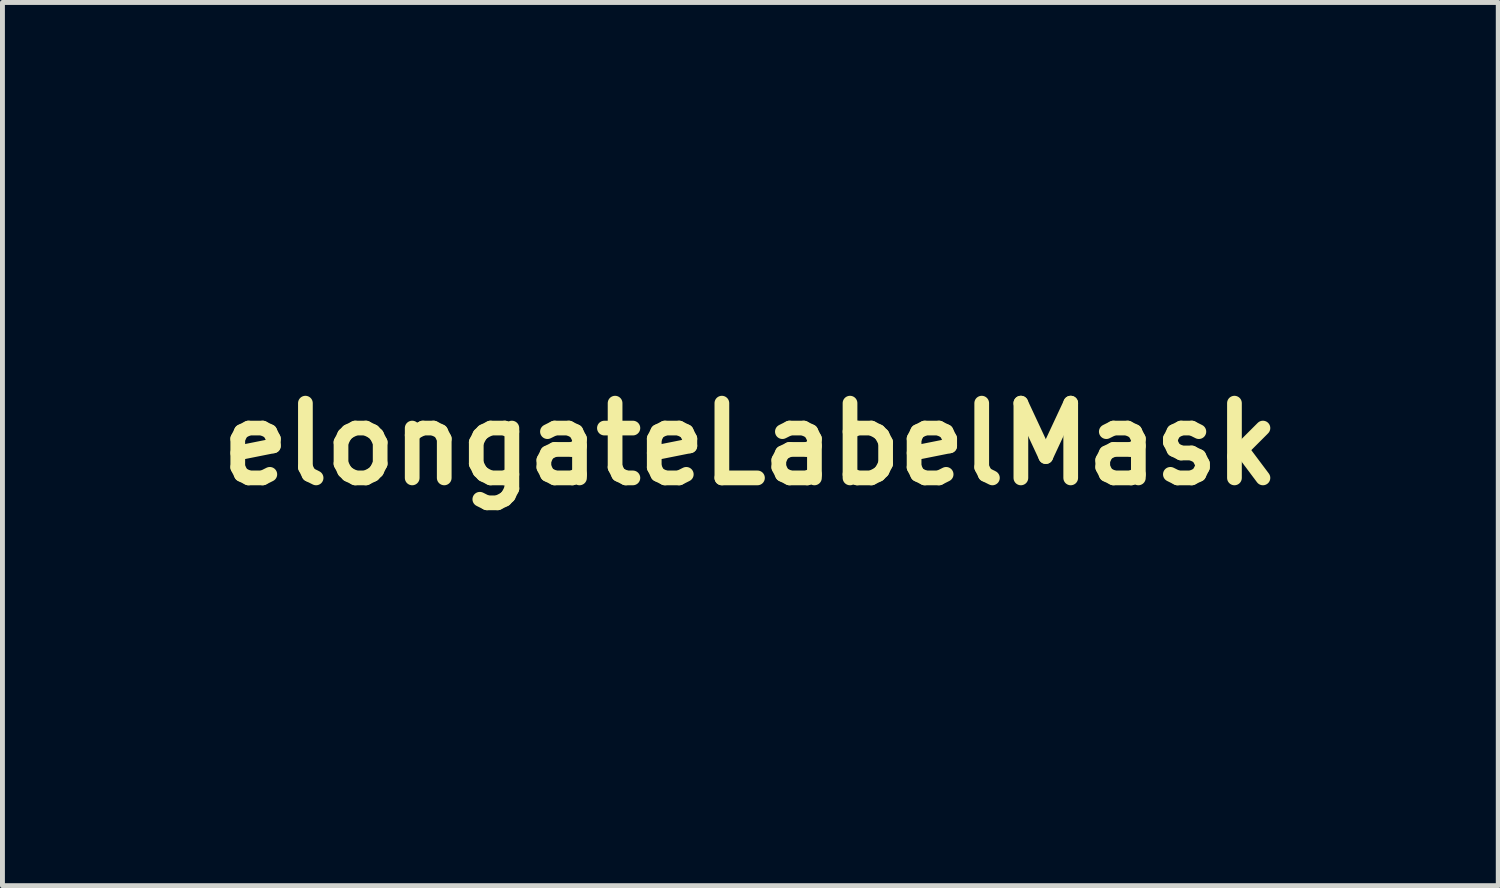
<source format=kicad_pcb>
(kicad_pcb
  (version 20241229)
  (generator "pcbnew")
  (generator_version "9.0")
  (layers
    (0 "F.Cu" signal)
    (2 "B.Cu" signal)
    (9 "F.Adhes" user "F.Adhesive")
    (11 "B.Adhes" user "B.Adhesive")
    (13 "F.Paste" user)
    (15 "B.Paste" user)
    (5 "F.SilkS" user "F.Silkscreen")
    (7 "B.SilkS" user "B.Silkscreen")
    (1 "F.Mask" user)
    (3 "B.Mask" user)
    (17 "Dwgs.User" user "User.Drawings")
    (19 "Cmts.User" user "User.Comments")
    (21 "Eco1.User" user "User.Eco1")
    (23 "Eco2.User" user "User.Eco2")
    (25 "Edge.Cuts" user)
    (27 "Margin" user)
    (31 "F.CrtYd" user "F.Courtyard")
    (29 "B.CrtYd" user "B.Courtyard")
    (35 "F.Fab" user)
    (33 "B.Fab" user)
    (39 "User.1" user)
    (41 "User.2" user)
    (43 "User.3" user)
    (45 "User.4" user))
  (footprint "elongateLabelMask"
    (layer "F.Cu")
    (at 12.248 6.004)
    (property "Reference" "elongateLabelMask" (at 0 0 0) (layer "F.SilkS") (effects (font (size 1.524 1.524) (thickness 0.3))))
    (attr through_hole)
    (fp_poly (pts (xy -4.792 -5.999) (xy -4.572 -5.999) (xy -4.348 -5.999) (xy -4.119 -5.999) (xy -3.885 -5.999) (xy -3.647 -5.999) (xy -3.404 -5.999) (xy -3.156 -5.999) (xy -2.904 -5.998) (xy -2.646 -5.998) (xy -2.384 -5.998) (xy -2.117 -5.998) (xy -1.845 -5.998) (xy -1.568 -5.998) (xy -1.287 -5.998) (xy -1 -5.998) (xy -0.708 -5.998) (xy -0.411 -5.998) (xy -0.11 -5.998) (xy 0.037 -5.998) (xy 0.318 -5.998) (xy 0.594 -5.998) (xy 0.865 -5.998) (xy 1.131 -5.998) (xy 1.392 -5.998) (xy 1.649 -5.998) (xy 1.9 -5.998) (xy 2.147 -5.998) (xy 2.389 -5.998) (xy 2.627 -5.998) (xy 2.86 -5.998) (xy 3.088 -5.998) (xy 3.312 -5.998) (xy 3.531 -5.998) (xy 3.745 -5.998) (xy 3.956 -5.998) (xy 4.162 -5.998) (xy 4.364 -5.998) (xy 4.561 -5.998) (xy 4.754 -5.998) (xy 4.943 -5.998) (xy 5.128 -5.998) (xy 5.309 -5.998) (xy 5.486 -5.998) (xy 5.659 -5.998) (xy 5.828 -5.998) (xy 5.993 -5.998) (xy 6.154 -5.998) (xy 6.311 -5.998) (xy 6.465 -5.998) (xy 6.615 -5.998) (xy 6.761 -5.998) (xy 6.904 -5.998) (xy 7.043 -5.998) (xy 7.178 -5.998) (xy 7.31 -5.997) (xy 7.439 -5.997) (xy 7.564 -5.997) (xy 7.686 -5.997) (xy 7.804 -5.997) (xy 7.919 -5.997) (xy 8.031 -5.997) (xy 8.14 -5.997) (xy 8.246 -5.997) (xy 8.349 -5.997) (xy 8.448 -5.997) (xy 8.545 -5.997) (xy 8.639 -5.997) (xy 8.729 -5.997) (xy 8.817 -5.997) (xy 8.903 -5.997) (xy 8.985 -5.997) (xy 9.065 -5.997) (xy 9.142 -5.997) (xy 9.216 -5.997) (xy 9.288 -5.997) (xy 9.357 -5.997) (xy 9.424 -5.997) (xy 9.488 -5.997) (xy 9.55 -5.997) (xy 9.61 -5.997) (xy 9.667 -5.997) (xy 9.722 -5.996) (xy 9.775 -5.996) (xy 9.826 -5.996) (xy 9.874 -5.996) (xy 9.921 -5.996) (xy 9.965 -5.996) (xy 10.008 -5.996) (xy 10.048 -5.996) (xy 10.087 -5.996) (xy 10.124 -5.996) (xy 10.159 -5.996) (xy 10.192 -5.996) (xy 10.224 -5.996) (xy 10.254 -5.996) (xy 10.282 -5.996) (xy 10.308 -5.996) (xy 10.334 -5.996) (xy 10.357 -5.995) (xy 10.379 -5.995) (xy 10.4 -5.995) (xy 10.42 -5.995) (xy 10.438 -5.995) (xy 10.455 -5.995) (xy 10.471 -5.995) (xy 10.485 -5.995) (xy 10.499 -5.995) (xy 10.511 -5.995) (xy 10.522 -5.995) (xy 10.533 -5.995) (xy 10.542 -5.994) (xy 10.55 -5.994) (xy 10.558 -5.994) (xy 10.565 -5.994) (xy 10.571 -5.994) (xy 10.576 -5.994) (xy 10.581 -5.994) (xy 10.585 -5.994) (xy 10.589 -5.994) (xy 10.592 -5.994) (xy 10.594 -5.993) (xy 10.596 -5.993) (xy 10.598 -5.993) (xy 10.6 -5.993) (xy 10.6 -5.993) (xy 10.681 -5.983) (xy 10.759 -5.971) (xy 10.834 -5.956) (xy 10.907 -5.938) (xy 10.978 -5.917) (xy 11.049 -5.892) (xy 11.096 -5.874) (xy 11.182 -5.837) (xy 11.265 -5.795) (xy 11.346 -5.749) (xy 11.426 -5.698) (xy 11.503 -5.642) (xy 11.578 -5.582) (xy 11.618 -5.547) (xy 11.633 -5.533) (xy 11.65 -5.517) (xy 11.67 -5.498) (xy 11.69 -5.477) (xy 11.711 -5.456) (xy 11.731 -5.435) (xy 11.75 -5.415) (xy 11.767 -5.396) (xy 11.781 -5.38) (xy 11.782 -5.379) (xy 11.844 -5.303) (xy 11.902 -5.224) (xy 11.955 -5.142) (xy 12.004 -5.057) (xy 12.049 -4.97) (xy 12.09 -4.881) (xy 12.125 -4.79) (xy 12.139 -4.751) (xy 12.164 -4.67) (xy 12.186 -4.59) (xy 12.205 -4.509) (xy 12.219 -4.426) (xy 12.231 -4.341) (xy 12.239 -4.253) (xy 12.24 -4.25) (xy 12.24 -4.246) (xy 12.24 -4.236) (xy 12.24 -4.222) (xy 12.24 -4.203) (xy 12.24 -4.179) (xy 12.24 -4.151) (xy 12.241 -4.118) (xy 12.241 -4.081) (xy 12.241 -4.039) (xy 12.241 -3.994) (xy 12.241 -3.944) (xy 12.241 -3.891) (xy 12.241 -3.833) (xy 12.241 -3.772) (xy 12.241 -3.707) (xy 12.242 -3.639) (xy 12.242 -3.567) (xy 12.242 -3.492) (xy 12.242 -3.413) (xy 12.242 -3.332) (xy 12.242 -3.247) (xy 12.242 -3.16) (xy 12.242 -3.07) (xy 12.242 -2.977) (xy 12.242 -2.881) (xy 12.242 -2.783) (xy 12.242 -2.682) (xy 12.243 -2.579) (xy 12.243 -2.474) (xy 12.243 -2.367) (xy 12.243 -2.258) (xy 12.243 -2.147) (xy 12.243 -2.034) (xy 12.243 -1.92) (xy 12.243 -1.803) (xy 12.243 -1.686) (xy 12.243 -1.567) (xy 12.243 -1.446) (xy 12.243 -1.325) (xy 12.243 -1.202) (xy 12.243 -1.079) (xy 12.243 -0.954) (xy 12.243 -0.829) (xy 12.243 -0.703) (xy 12.243 -0.577) (xy 12.243 -0.45) (xy 12.243 -0.322) (xy 12.243 -0.195) (xy 12.243 -0.067) (xy 12.243 0.061) (xy 12.243 0.188) (xy 12.243 0.316) (xy 12.243 0.443) (xy 12.243 0.57) (xy 12.243 0.697) (xy 12.243 0.822) (xy 12.243 0.948) (xy 12.243 1.072) (xy 12.243 1.196) (xy 12.243 1.318) (xy 12.243 1.44) (xy 12.243 1.56) (xy 12.243 1.68) (xy 12.243 1.797) (xy 12.243 1.914) (xy 12.243 2.028) (xy 12.243 2.141) (xy 12.243 2.252) (xy 12.243 2.362) (xy 12.243 2.469) (xy 12.243 2.574) (xy 12.242 2.677) (xy 12.242 2.778) (xy 12.242 2.876) (xy 12.242 2.972) (xy 12.242 3.065) (xy 12.242 3.156) (xy 12.242 3.243) (xy 12.242 3.328) (xy 12.242 3.41) (xy 12.242 3.488) (xy 12.242 3.564) (xy 12.242 3.636) (xy 12.241 3.704) (xy 12.241 3.769) (xy 12.241 3.831) (xy 12.241 3.888) (xy 12.241 3.942) (xy 12.241 3.992) (xy 12.241 4.038) (xy 12.241 4.08) (xy 12.24 4.117) (xy 12.24 4.15) (xy 12.24 4.179) (xy 12.24 4.203) (xy 12.24 4.222) (xy 12.24 4.237) (xy 12.24 4.247) (xy 12.239 4.251) (xy 12.239 4.252) (xy 12.229 4.354) (xy 12.215 4.454) (xy 12.195 4.552) (xy 12.171 4.648) (xy 12.142 4.742) (xy 12.109 4.835) (xy 12.07 4.925) (xy 12.028 5.014) (xy 11.98 5.1) (xy 11.94 5.165) (xy 11.89 5.24) (xy 11.836 5.313) (xy 11.777 5.383) (xy 11.716 5.451) (xy 11.651 5.516) (xy 11.584 5.576) (xy 11.515 5.633) (xy 11.472 5.665) (xy 11.393 5.719) (xy 11.312 5.769) (xy 11.23 5.813) (xy 11.146 5.853) (xy 11.06 5.888) (xy 10.972 5.919) (xy 10.883 5.944) (xy 10.792 5.965) (xy 10.699 5.981) (xy 10.605 5.992) (xy 10.542 5.996) (xy 10.539 5.996) (xy 10.53 5.996) (xy 10.517 5.996) (xy 10.498 5.997) (xy 10.475 5.997) (xy 10.447 5.997) (xy 10.414 5.997) (xy 10.377 5.997) (xy 10.335 5.997) (xy 10.289 5.997) (xy 10.238 5.997) (xy 10.183 5.997) (xy 10.123 5.997) (xy 10.06 5.997) (xy 9.992 5.997) (xy 9.92 5.997) (xy 9.844 5.997) (xy 9.764 5.997) (xy 9.68 5.997) (xy 9.592 5.997) (xy 9.5 5.997) (xy 9.405 5.997) (xy 9.306 5.997) (xy 9.204 5.997) (xy 9.097 5.998) (xy 8.988 5.998) (xy 8.875 5.998) (xy 8.759 5.998) (xy 8.639 5.998) (xy 8.516 5.998) (xy 8.39 5.998) (xy 8.261 5.998) (xy 8.129 5.998) (xy 7.994 5.998) (xy 7.857 5.998) (xy 7.716 5.998) (xy 7.573 5.998) (xy 7.427 5.998) (xy 7.278 5.998) (xy 7.127 5.998) (xy 6.973 5.998) (xy 6.817 5.998) (xy 6.658 5.998) (xy 6.497 5.998) (xy 6.334 5.998) (xy 6.169 5.998) (xy 6.002 5.998) (xy 5.832 5.998) (xy 5.661 5.998) (xy 5.487 5.998) (xy 5.312 5.998) (xy 5.135 5.998) (xy 4.957 5.998) (xy 4.776 5.998) (xy 4.594 5.998) (xy 4.411 5.998) (xy 4.226 5.998) (xy 4.04 5.998) (xy 3.852 5.998) (xy 3.663 5.998) (xy 3.473 5.998) (xy 3.282 5.998) (xy 3.09 5.998) (xy 2.896 5.998) (xy 2.702 5.998) (xy 2.507 5.998) (xy 2.311 5.998) (xy 2.114 5.998) (xy 1.917 5.998) (xy 1.719 5.998) (xy 1.52 5.998) (xy 1.321 5.998) (xy 1.122 5.998) (xy 0.922 5.998) (xy 0.722 5.999) (xy 0.522 5.999) (xy 0.321 5.998) (xy 0.12 5.998) (xy -0.08 5.998) (xy -0.281 5.998) (xy -0.482 5.998) (xy -0.682 5.998) (xy -0.882 5.998) (xy -1.082 5.998) (xy -1.282 5.998) (xy -1.481 5.998) (xy -1.679 5.998) (xy -1.878 5.998) (xy -2.075 5.998) (xy -2.272 5.998) (xy -2.468 5.998) (xy -2.663 5.998) (xy -2.858 5.998) (xy -3.051 5.998) (xy -3.244 5.998) (xy -3.435 5.998) (xy -3.626 5.998) (xy -3.815 5.998) (xy -4.003 5.998) (xy -4.19 5.998) (xy -4.375 5.998) (xy -4.559 5.998) (xy -4.741 5.998) (xy -4.921 5.998) (xy -5.101 5.998) (xy -5.278 5.998) (xy -5.453 5.998) (xy -5.627 5.998) (xy -5.799 5.998) (xy -5.969 5.998) (xy -6.137 5.998) (xy -6.302 5.998) (xy -6.466 5.998) (xy -6.627 5.998) (xy -6.787 5.998) (xy -6.943 5.998) (xy -7.098 5.998) (xy -7.249 5.998) (xy -7.399 5.998) (xy -7.545 5.998) (xy -7.689 5.998) (xy -7.831 5.998) (xy -7.969 5.998) (xy -8.105 5.998) (xy -8.238 5.998) (xy -8.367 5.998) (xy -8.494 5.998) (xy -8.617 5.997) (xy -8.738 5.997) (xy -8.855 5.997) (xy -8.968 5.997) (xy -9.079 5.997) (xy -9.186 5.997) (xy -9.289 5.997) (xy -9.389 5.997) (xy -9.485 5.997) (xy -9.577 5.997) (xy -9.666 5.997) (xy -9.751 5.997) (xy -9.832 5.997) (xy -9.909 5.997) (xy -9.982 5.997) (xy -10.051 5.997) (xy -10.115 5.997) (xy -10.176 5.997) (xy -10.232 5.997) (xy -10.284 5.997) (xy -10.331 5.997) (xy -10.374 5.997) (xy -10.413 5.996) (xy -10.446 5.996) (xy -10.475 5.996) (xy -10.5 5.996) (xy -10.519 5.996) (xy -10.534 5.996) (xy -10.544 5.996) (xy -10.548 5.996) (xy -10.549 5.996) (xy -10.643 5.988) (xy -10.735 5.975) (xy -10.827 5.957) (xy -10.917 5.935) (xy -11.005 5.907) (xy -11.092 5.875) (xy -11.177 5.839) (xy -11.261 5.797) (xy -11.342 5.751) (xy -11.421 5.701) (xy -11.498 5.646) (xy -11.572 5.587) (xy -11.608 5.555) (xy -11.642 5.525) (xy -11.676 5.491) (xy -11.711 5.455) (xy -11.746 5.419) (xy -11.779 5.381) (xy -11.81 5.345) (xy -11.838 5.311) (xy -11.838 5.311) (xy -11.897 5.23) (xy -11.952 5.148) (xy -12.001 5.063) (xy -12.047 4.977) (xy -12.087 4.888) (xy -12.123 4.797) (xy -12.155 4.704) (xy -12.181 4.608) (xy -12.204 4.511) (xy -12.221 4.412) (xy -12.234 4.31) (xy -12.24 4.25) (xy -12.24 4.246) (xy -12.24 4.236) (xy -12.24 4.222) (xy -12.24 4.203) (xy -12.24 4.179) (xy -12.24 4.151) (xy -12.241 4.118) (xy -12.241 4.081) (xy -12.241 4.04) (xy -12.241 3.994) (xy -12.241 3.944) (xy -12.241 3.891) (xy -12.241 3.833) (xy -12.241 3.772) (xy -12.241 3.707) (xy -12.242 3.639) (xy -12.242 3.567) (xy -12.242 3.492) (xy -12.242 3.414) (xy -12.242 3.332) (xy -12.242 3.248) (xy -12.242 3.16) (xy -12.242 3.07) (xy -12.242 2.977) (xy -12.242 2.882) (xy -12.242 2.783) (xy -12.242 2.683) (xy -12.243 2.58) (xy -12.243 2.475) (xy -12.243 2.368) (xy -12.243 2.259) (xy -12.243 2.148) (xy -12.243 2.035) (xy -12.243 1.92) (xy -12.243 1.804) (xy -12.243 1.686) (xy -12.243 1.567) (xy -12.243 1.447) (xy -12.243 1.326) (xy -12.243 1.203) (xy -12.243 1.079) (xy -12.243 0.955) (xy -12.243 0.83) (xy -12.243 0.704) (xy -12.243 0.578) (xy -12.243 0.451) (xy -12.243 0.323) (xy -12.243 0.196) (xy -12.243 0.068) (xy -12.243 -0.06) (xy -12.243 -0.187) (xy -12.243 -0.315) (xy -12.243 -0.442) (xy -12.243 -0.569) (xy -12.243 -0.696) (xy -12.243 -0.821) (xy -12.243 -0.947) (xy -12.243 -1.071) (xy -12.243 -1.195) (xy -12.243 -1.317) (xy -12.243 -1.439) (xy -12.243 -1.559) (xy -12.243 -1.678) (xy -12.243 -1.796) (xy -12.243 -1.912) (xy -12.243 -2.027) (xy -12.243 -2.14) (xy -12.243 -2.251) (xy -12.243 -2.361) (xy -12.243 -2.468) (xy -12.243 -2.573) (xy -12.242 -2.676) (xy -12.242 -2.777) (xy -12.242 -2.875) (xy -12.242 -2.971) (xy -12.242 -3.064) (xy -12.242 -3.154) (xy -12.242 -3.242) (xy -12.242 -3.327) (xy -12.242 -3.408) (xy -12.242 -3.487) (xy -12.242 -3.562) (xy -12.242 -3.634) (xy -12.241 -3.703) (xy -12.241 -3.768) (xy -12.241 -3.829) (xy -12.241 -3.887) (xy -12.241 -3.941) (xy -12.241 -3.991) (xy -12.241 -4.037) (xy -12.241 -4.078) (xy -12.241 -4.116) (xy -12.24 -4.149) (xy -12.24 -4.177) (xy -12.24 -4.202) (xy -12.24 -4.221) (xy -12.24 -4.236) (xy -12.24 -4.245) (xy -12.24 -4.25) (xy -12.24 -4.25) (xy -12.229 -4.353) (xy -12.215 -4.453) (xy -12.195 -4.551) (xy -12.171 -4.646) (xy -12.143 -4.74) (xy -12.11 -4.832) (xy -12.072 -4.922) (xy -12.03 -5.01) (xy -11.983 -5.096) (xy -11.935 -5.173) (xy -11.884 -5.249) (xy -11.829 -5.322) (xy -11.769 -5.393) (xy -11.707 -5.461) (xy -11.641 -5.525) (xy -11.572 -5.586) (xy -11.501 -5.643) (xy -11.428 -5.696) (xy -11.403 -5.713) (xy -11.322 -5.763) (xy -11.239 -5.808) (xy -11.155 -5.849) (xy -11.07 -5.884) (xy -10.983 -5.915) (xy -10.894 -5.941) (xy -10.804 -5.962) (xy -10.712 -5.979) (xy -10.619 -5.99) (xy -10.536 -5.996) (xy -10.533 -5.996) (xy -10.527 -5.997) (xy -10.517 -5.997) (xy -10.505 -5.997) (xy -10.489 -5.997) (xy -10.47 -5.997) (xy -10.447 -5.997) (xy -10.422 -5.997) (xy -10.393 -5.997) (xy -10.36 -5.997) (xy -10.325 -5.997) (xy -10.286 -5.997) (xy -10.243 -5.997) (xy -10.197 -5.997) (xy -10.147 -5.997) (xy -10.094 -5.997) (xy -10.038 -5.998) (xy -9.978 -5.998) (xy -9.914 -5.998) (xy -9.847 -5.998) (xy -9.776 -5.998) (xy -9.701 -5.998) (xy -9.623 -5.998) (xy -9.541 -5.998) (xy -9.455 -5.998) (xy -9.365 -5.998) (xy -9.272 -5.998) (xy -9.175 -5.998) (xy -9.074 -5.998) (xy -8.969 -5.998) (xy -8.86 -5.998) (xy -8.747 -5.998) (xy -8.63 -5.998) (xy -8.51 -5.998) (xy -8.385 -5.998) (xy -8.256 -5.998) (xy -8.123 -5.998) (xy -7.986 -5.998) (xy -7.845 -5.998) (xy -7.7 -5.998) (xy -7.551 -5.998) (xy -7.397 -5.998) (xy -7.239 -5.998) (xy -7.077 -5.998) (xy -6.911 -5.998) (xy -6.74 -5.998) (xy -6.566 -5.998) (xy -6.386 -5.999) (xy -6.203 -5.999) (xy -6.014 -5.999) (xy -5.822 -5.999) (xy -5.625 -5.999) (xy -5.423 -5.999) (xy -5.218 -5.999) (xy -5.007 -5.999) (xy -4.792 -5.999)) (stroke (width 0.01) (type solid)) (fill yes) (layer "F.Mask")))
  (gr_rect
    (start -3 -3)
    (end 27.496 15.007)
    (stroke (width 0.1) (type default))
    (fill no)
    (layer "Edge.Cuts")))
</source>
